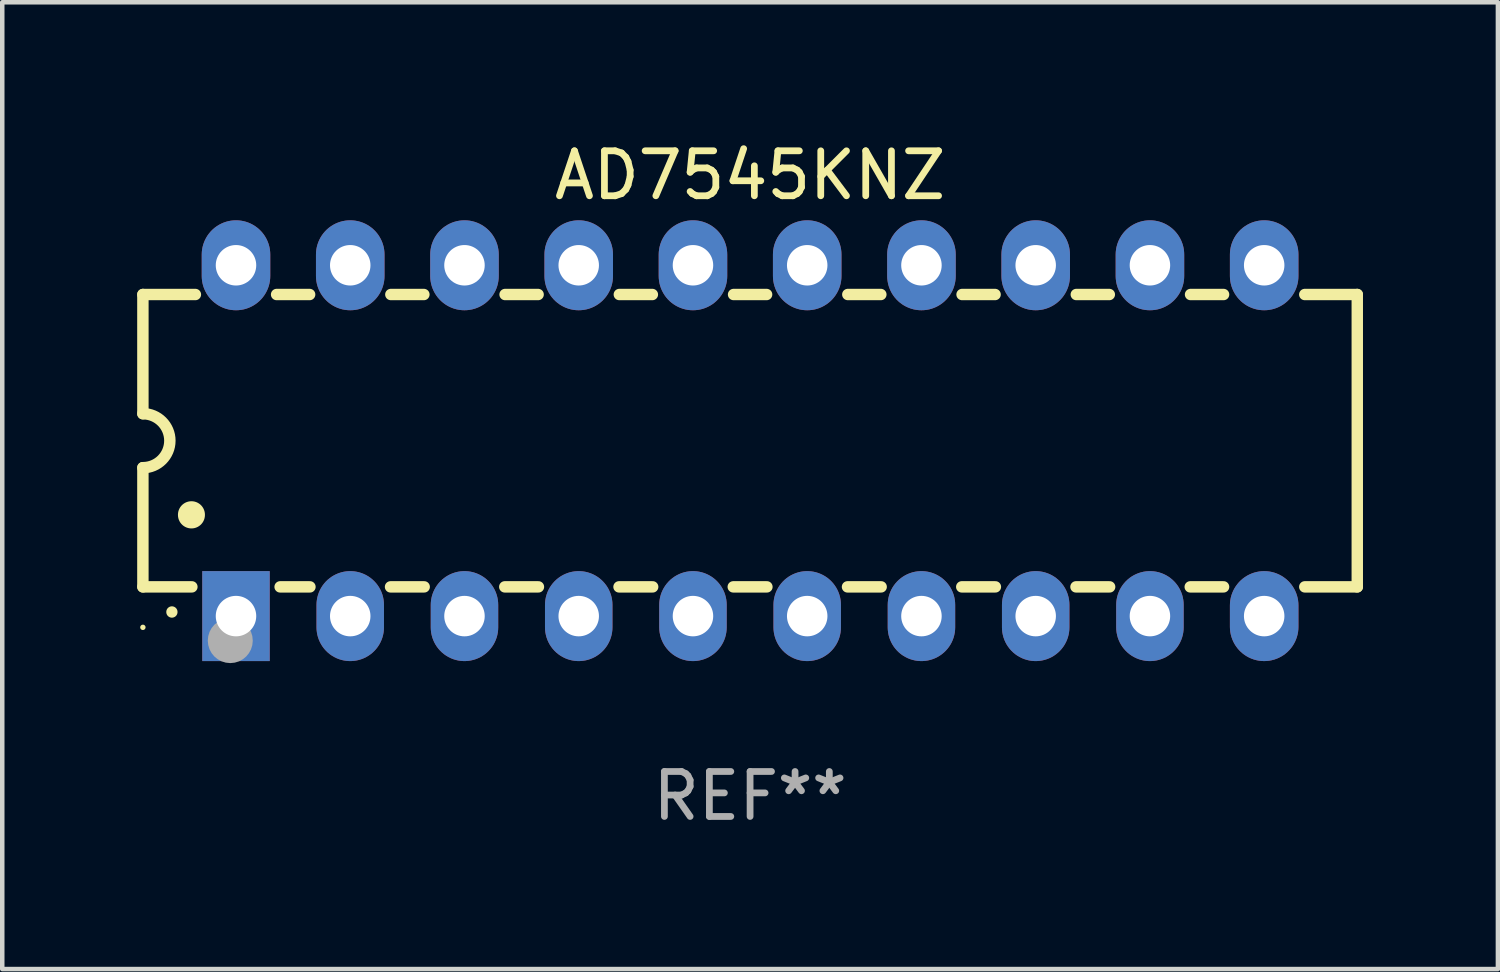
<source format=kicad_pcb>
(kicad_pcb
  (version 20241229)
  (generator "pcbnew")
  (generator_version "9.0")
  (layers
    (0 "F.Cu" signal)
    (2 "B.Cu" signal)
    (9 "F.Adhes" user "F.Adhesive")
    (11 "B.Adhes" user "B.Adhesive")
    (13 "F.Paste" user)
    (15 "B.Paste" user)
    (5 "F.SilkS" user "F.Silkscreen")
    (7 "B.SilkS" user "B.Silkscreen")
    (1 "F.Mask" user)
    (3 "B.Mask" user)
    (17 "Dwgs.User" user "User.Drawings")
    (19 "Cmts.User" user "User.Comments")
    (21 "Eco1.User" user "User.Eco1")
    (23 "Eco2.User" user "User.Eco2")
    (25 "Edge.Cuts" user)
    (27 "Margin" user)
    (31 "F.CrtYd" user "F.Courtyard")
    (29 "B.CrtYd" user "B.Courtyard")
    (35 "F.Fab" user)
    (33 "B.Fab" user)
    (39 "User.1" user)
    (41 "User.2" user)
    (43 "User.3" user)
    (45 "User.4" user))
  (footprint "AD7545KNZ"
    (layer "F.Cu")
    (at 13.627 6.748)
    (property "Reference" "AD7545KNZ" (at 0 -5.9 0) (layer "F.SilkS") (effects (font (size 1 1) (thickness 0.15))))
    (attr through_hole)
    (fp_line (start -13.5 -3.25) (end -12.333 -3.25) (stroke (width 0.254) (type solid)) (layer "F.SilkS"))
    (fp_line (start -13.5 -0.6) (end -13.5 -3.25) (stroke (width 0.254) (type solid)) (layer "F.SilkS"))
    (fp_line (start -13.5 3.25) (end -13.5 0.6) (stroke (width 0.254) (type solid)) (layer "F.SilkS"))
    (fp_line (start -13.5 3.25) (end -12.411 3.25) (stroke (width 0.254) (type solid)) (layer "F.SilkS"))
    (fp_line (start -10.527 -3.25) (end -9.793 -3.25) (stroke (width 0.254) (type solid)) (layer "F.SilkS"))
    (fp_line (start -10.449 3.25) (end -9.786 3.25) (stroke (width 0.254) (type solid)) (layer "F.SilkS"))
    (fp_line (start -7.994 3.25) (end -7.246 3.25) (stroke (width 0.254) (type solid)) (layer "F.SilkS"))
    (fp_line (start -7.987 -3.25) (end -7.253 -3.25) (stroke (width 0.254) (type solid)) (layer "F.SilkS"))
    (fp_line (start -5.454 3.25) (end -4.706 3.25) (stroke (width 0.254) (type solid)) (layer "F.SilkS"))
    (fp_line (start -5.447 -3.25) (end -4.713 -3.25) (stroke (width 0.254) (type solid)) (layer "F.SilkS"))
    (fp_line (start -2.914 3.25) (end -2.166 3.25) (stroke (width 0.254) (type solid)) (layer "F.SilkS"))
    (fp_line (start -2.907 -3.25) (end -2.173 -3.25) (stroke (width 0.254) (type solid)) (layer "F.SilkS"))
    (fp_line (start -0.374 3.25) (end 0.374 3.25) (stroke (width 0.254) (type solid)) (layer "F.SilkS"))
    (fp_line (start -0.367 -3.25) (end 0.367 -3.25) (stroke (width 0.254) (type solid)) (layer "F.SilkS"))
    (fp_line (start 2.166 3.25) (end 2.914 3.25) (stroke (width 0.254) (type solid)) (layer "F.SilkS"))
    (fp_line (start 2.173 -3.25) (end 2.907 -3.25) (stroke (width 0.254) (type solid)) (layer "F.SilkS"))
    (fp_line (start 4.706 3.25) (end 5.454 3.25) (stroke (width 0.254) (type solid)) (layer "F.SilkS"))
    (fp_line (start 4.713 -3.25) (end 5.447 -3.25) (stroke (width 0.254) (type solid)) (layer "F.SilkS"))
    (fp_line (start 7.246 3.25) (end 7.994 3.25) (stroke (width 0.254) (type solid)) (layer "F.SilkS"))
    (fp_line (start 7.253 -3.25) (end 7.987 -3.25) (stroke (width 0.254) (type solid)) (layer "F.SilkS"))
    (fp_line (start 9.786 3.25) (end 10.527 3.25) (stroke (width 0.254) (type solid)) (layer "F.SilkS"))
    (fp_line (start 9.793 -3.25) (end 10.527 -3.25) (stroke (width 0.254) (type solid)) (layer "F.SilkS"))
    (fp_line (start 12.333 -3.25) (end 13.5 -3.25) (stroke (width 0.254) (type solid)) (layer "F.SilkS"))
    (fp_line (start 12.333 3.25) (end 13.5 3.25) (stroke (width 0.254) (type solid)) (layer "F.SilkS"))
    (fp_line (start 13.5 -3.25) (end 13.5 3.25) (stroke (width 0.254) (type solid)) (layer "F.SilkS"))
    (fp_arc (start -13.500127 -0.599442) (mid -12.900406 0.000228) (end -13.500025 0.6) (stroke (width 0.254001) (type solid)) (layer "F.SilkS"))
    (fp_arc (start -12.854966 3.810008) (mid -12.854973 3.808738) (end -12.854966 3.807468) (stroke (width 0.25) (type solid)) (layer "F.SilkS"))
    (fp_arc (start -12.420625 1.651003) (mid -12.420636 1.648463) (end -12.420625 1.645923) (stroke (width 0.6) (type solid)) (layer "F.SilkS"))
    (fp_circle (center -13.5 4.15) (end -13.47 4.15) (stroke (width 0.06) (type solid)) (fill no) (layer "F.SilkS"))
    (fp_circle (center -11.557 4.445) (end -11.307 4.445) (stroke (width 0.5) (type solid)) (fill no) (layer "F.Fab"))
    (fp_text user "REF**" (at 0 7.9 0) (layer "F.Fab") (effects (font (size 1 1) (thickness 0.15))))
    (pad "1" thru_hole rect (at -11.43 3.9 90) (size 2 1.5) (drill 0.9) (layers "*.Cu" "*.Mask"))
    (pad "2" thru_hole oval (at -8.89 3.9 90) (size 2 1.5) (drill 0.9) (layers "*.Cu" "*.Mask"))
    (pad "3" thru_hole oval (at -6.35 3.9 90) (size 2 1.5) (drill 0.9) (layers "*.Cu" "*.Mask"))
    (pad "4" thru_hole oval (at -3.81 3.9 90) (size 2 1.5) (drill 0.9) (layers "*.Cu" "*.Mask"))
    (pad "5" thru_hole oval (at -1.27 3.9 90) (size 2 1.5) (drill 0.9) (layers "*.Cu" "*.Mask"))
    (pad "6" thru_hole oval (at 1.27 3.9 90) (size 2 1.5) (drill 0.9) (layers "*.Cu" "*.Mask"))
    (pad "7" thru_hole oval (at 3.81 3.9 90) (size 2 1.5) (drill 0.9) (layers "*.Cu" "*.Mask"))
    (pad "8" thru_hole oval (at 6.35 3.9 90) (size 2 1.5) (drill 0.9) (layers "*.Cu" "*.Mask"))
    (pad "9" thru_hole oval (at 8.89 3.9 90) (size 2 1.5) (drill 0.9) (layers "*.Cu" "*.Mask"))
    (pad "10" thru_hole oval (at 11.43 3.9 90) (size 2 1.524) (drill 0.9) (layers "*.Cu" "*.Mask"))
    (pad "11" thru_hole oval (at 11.43 -3.9 90) (size 2 1.524) (drill 0.9) (layers "*.Cu" "*.Mask"))
    (pad "12" thru_hole oval (at 8.89 -3.9 90) (size 2 1.524) (drill 0.9) (layers "*.Cu" "*.Mask"))
    (pad "13" thru_hole oval (at 6.35 -3.9 90) (size 2 1.524) (drill 0.9) (layers "*.Cu" "*.Mask"))
    (pad "14" thru_hole oval (at 3.81 -3.9 90) (size 2 1.524) (drill 0.9) (layers "*.Cu" "*.Mask"))
    (pad "15" thru_hole oval (at 1.27 -3.9 90) (size 2 1.524) (drill 0.9) (layers "*.Cu" "*.Mask"))
    (pad "16" thru_hole oval (at -1.27 -3.9 90) (size 2 1.524) (drill 0.9) (layers "*.Cu" "*.Mask"))
    (pad "17" thru_hole oval (at -3.81 -3.9 90) (size 2 1.524) (drill 0.9) (layers "*.Cu" "*.Mask"))
    (pad "18" thru_hole oval (at -6.35 -3.9 90) (size 2 1.524) (drill 0.9) (layers "*.Cu" "*.Mask"))
    (pad "19" thru_hole oval (at -8.89 -3.9 90) (size 2 1.524) (drill 0.9) (layers "*.Cu" "*.Mask"))
    (pad "20" thru_hole oval (at -11.43 -3.9 90) (size 2 1.524) (drill 0.9) (layers "*.Cu" "*.Mask")))
  (gr_rect
    (start -3 -3)
    (end 30.254 18.496)
    (stroke (width 0.1) (type default))
    (fill no)
    (layer "Edge.Cuts")))
</source>
